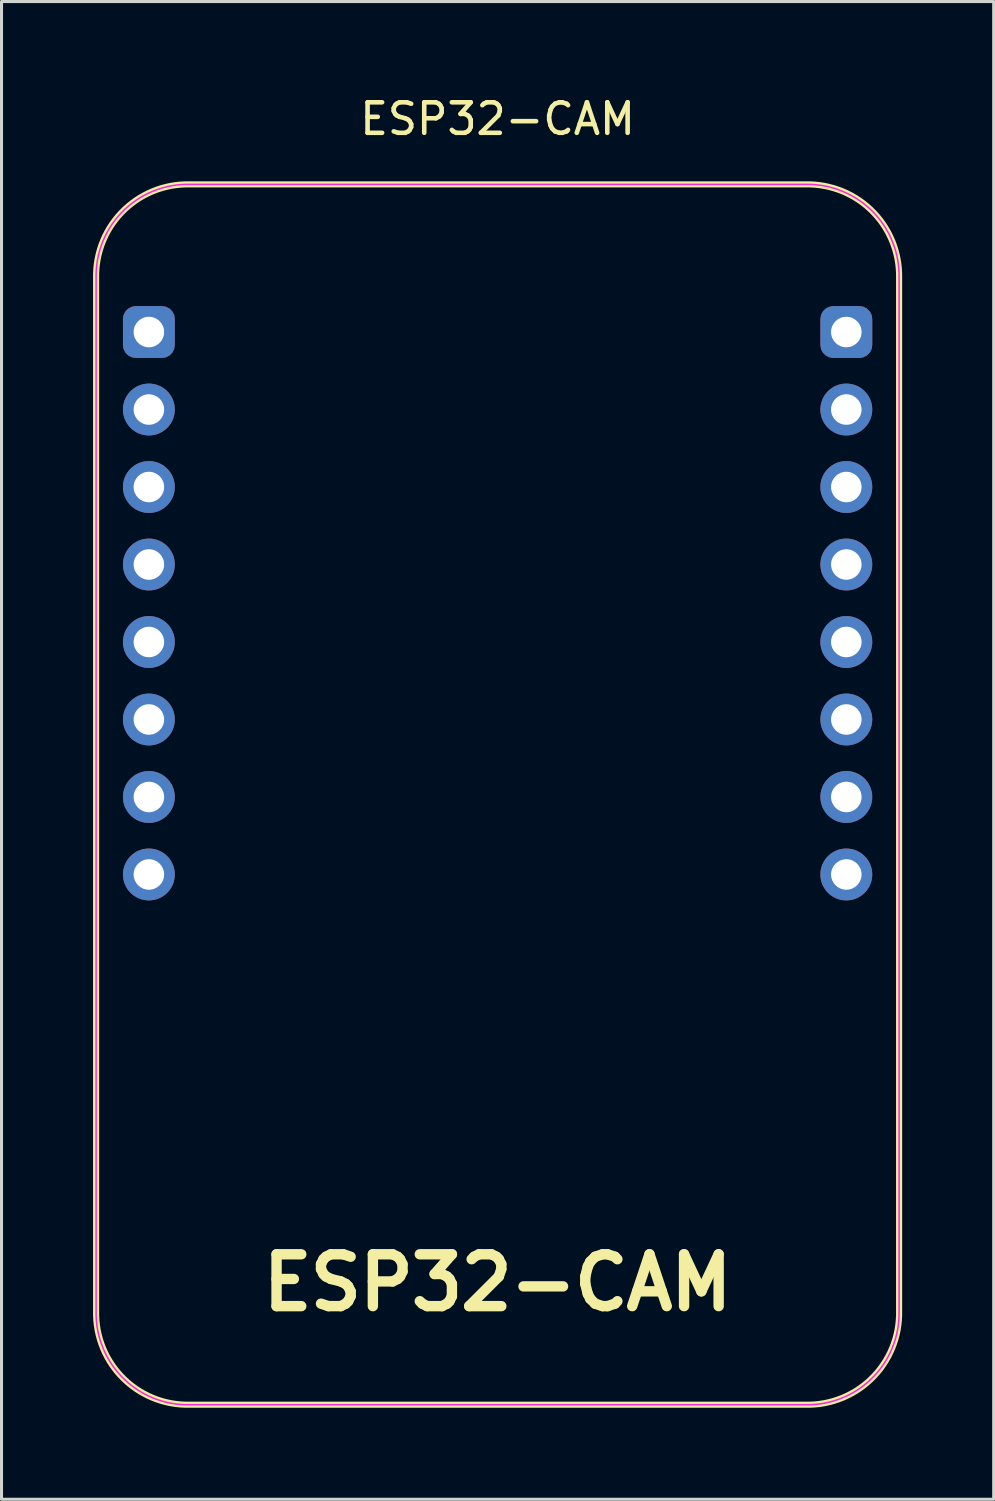
<source format=kicad_pcb>
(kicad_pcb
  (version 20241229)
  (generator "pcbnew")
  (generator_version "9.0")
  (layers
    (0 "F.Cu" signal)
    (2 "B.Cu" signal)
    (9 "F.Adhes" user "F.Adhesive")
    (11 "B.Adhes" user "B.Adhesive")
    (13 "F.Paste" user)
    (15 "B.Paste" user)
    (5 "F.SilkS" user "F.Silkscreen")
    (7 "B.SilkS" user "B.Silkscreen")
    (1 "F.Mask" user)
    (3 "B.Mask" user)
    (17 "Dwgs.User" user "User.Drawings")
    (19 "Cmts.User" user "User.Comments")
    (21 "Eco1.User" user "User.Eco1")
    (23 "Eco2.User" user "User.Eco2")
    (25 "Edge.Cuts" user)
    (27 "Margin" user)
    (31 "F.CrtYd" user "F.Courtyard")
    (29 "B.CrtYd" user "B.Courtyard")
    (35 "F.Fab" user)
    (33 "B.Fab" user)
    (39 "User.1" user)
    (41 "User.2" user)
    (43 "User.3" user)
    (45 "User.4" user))
  (footprint "ESP32-CAM"
    (layer "F.Cu")
    (at 13.26 17.993)
    (property "Reference" "ESP32-CAM" (at 0 -17.145 0) (layer "F.SilkS") (effects (font (size 1 1) (thickness 0.15))))
    (attr through_hole)
    (fp_poly (pts (arc (start 13.16 22) (mid 12.28132 24.12132) (end 10.16 25)) (arc (start -10.16 25) (mid -12.28132 24.12132) (end -13.16 22)) (arc (start -13.16 -12) (mid -12.28132 -14.12132) (end -10.16 -15)) (arc (start 10.16 -15) (mid 12.28132 -14.12132) (end 13.16 -12))) (stroke (width 0.2) (type solid)) (fill no) (layer "F.SilkS"))
    (fp_poly (pts (arc (start 13.16 22) (mid 12.28132 24.12132) (end 10.16 25)) (arc (start -10.16 25) (mid -12.28132 24.12132) (end -13.16 22)) (arc (start -13.16 -12) (mid -12.28132 -14.12132) (end -10.16 -15)) (arc (start 10.16 -15) (mid 12.28132 -14.12132) (end 13.16 -12))) (stroke (width 0.05) (type solid)) (fill no) (layer "F.CrtYd"))
    (fp_text user "ESP32-CAM" (at 0 21 0) (layer "F.SilkS") (effects (font (size 1.7 1.7) (thickness 0.34) (bold yes))))
    (pad "0" thru_hole circle (at 11.43 -5.08) (size 1.7 1.7) (drill 1) (layers "*.Cu" "*.Mask"))
    (pad "1" thru_hole circle (at 11.43 5.08) (size 1.7 1.7) (drill 1) (layers "*.Cu" "*.Mask"))
    (pad "2" thru_hole circle (at -11.43 5.08) (size 1.7 1.7) (drill 1) (layers "*.Cu" "*.Mask"))
    (pad "3" thru_hole circle (at 11.43 2.54) (size 1.7 1.7) (drill 1) (layers "*.Cu" "*.Mask"))
    (pad "3V3" thru_hole roundrect (at 11.43 -10.16) (size 1.7 1.7) (drill 1) (layers "*.Cu" "*.Mask") (roundrect_rratio 0.25))
    (pad "4" thru_hole circle (at -11.43 7.62) (size 1.7 1.7) (drill 1) (layers "*.Cu" "*.Mask"))
    (pad "5V" thru_hole roundrect (at -11.43 -10.16) (size 1.7 1.7) (drill 1) (layers "*.Cu" "*.Mask") (roundrect_rratio 0.25))
    (pad "12" thru_hole circle (at -11.43 -5.08) (size 1.7 1.7) (drill 1) (layers "*.Cu" "*.Mask"))
    (pad "13" thru_hole circle (at -11.43 -2.54) (size 1.7 1.7) (drill 1) (layers "*.Cu" "*.Mask"))
    (pad "14" thru_hole circle (at -11.43 2.54) (size 1.7 1.7) (drill 1) (layers "*.Cu" "*.Mask"))
    (pad "15" thru_hole circle (at -11.43 0) (size 1.7 1.7) (drill 1) (layers "*.Cu" "*.Mask"))
    (pad "16" thru_hole circle (at 11.43 -7.62) (size 1.7 1.7) (drill 1) (layers "*.Cu" "*.Mask"))
    (pad "G0" thru_hole circle (at -11.43 -7.62) (size 1.7 1.7) (drill 1) (layers "*.Cu" "*.Mask"))
    (pad "G1" thru_hole circle (at 11.43 -2.54) (size 1.7 1.7) (drill 1) (layers "*.Cu" "*.Mask"))
    (pad "G2" thru_hole circle (at 11.43 7.62) (size 1.7 1.7) (drill 1) (layers "*.Cu" "*.Mask"))
    (pad "PO" thru_hole circle (at 11.43 0) (size 1.7 1.7) (drill 1) (layers "*.Cu" "*.Mask")))
  (gr_rect
    (start -3 -3)
    (end 29.52 46.093)
    (stroke (width 0.1) (type default))
    (fill no)
    (layer "Edge.Cuts")))
</source>
